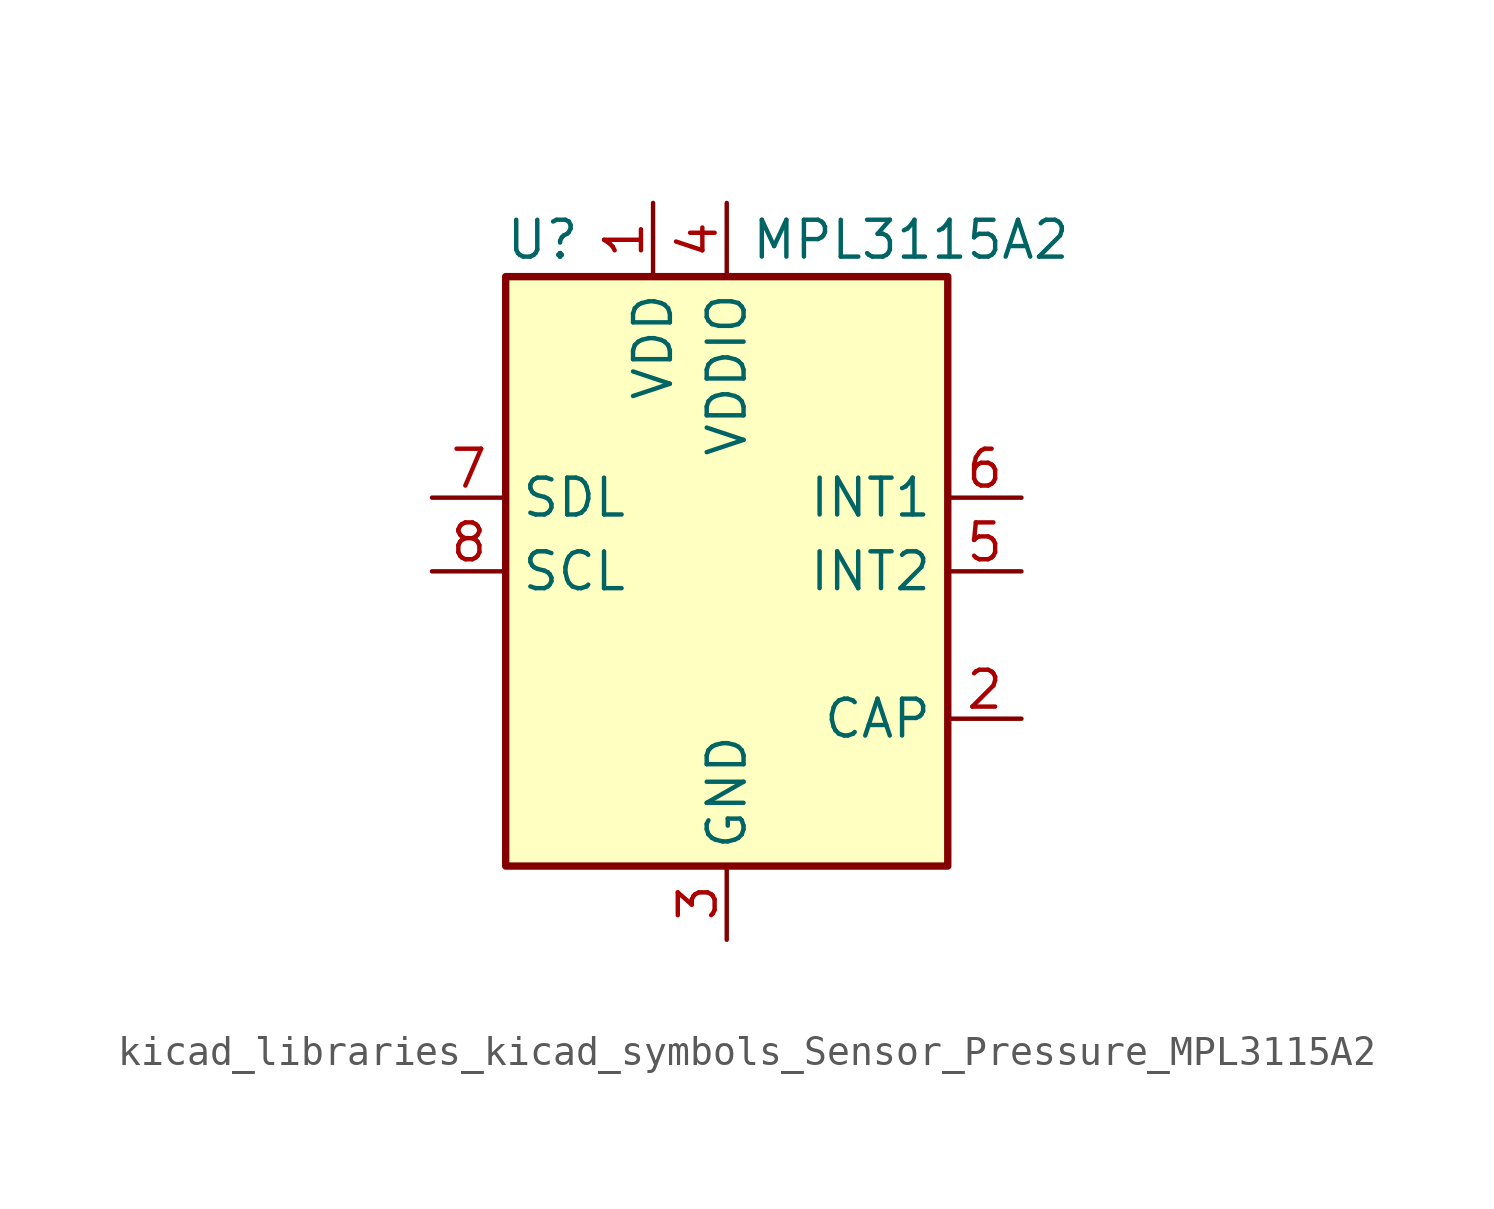
<source format=kicad_sym>
(kicad_symbol_lib
  (version 20220914)
  (generator kicad_symbol_editor)
  (symbol "kicad_libraries_kicad_symbols_Sensor_Pressure_MPL3115A2"
    (property "Reference" "U"
      (at -6.35 11.43 0)
      (effects (font (size 1.27 1.27))))
    (property "Value" "MPL3115A2"
      (at 6.35 11.43 0)
      (effects (font (size 1.27 1.27))))
    (symbol "kicad_libraries_kicad_symbols_Sensor_Pressure_MPL3115A2_0_1"
      (rectangle (start 7.62 10.16) (end -7.62 -10.16) (stroke (width 0.254) (type default)) (fill (type background))))
    (symbol "kicad_libraries_kicad_symbols_Sensor_Pressure_MPL3115A2_1_1"
      (pin power_in line (at -2.54 12.7 270) (length 2.54) (name "VDD" (effects (font (size 1.27 1.27)))) (number "1" (effects (font (size 1.27 1.27)))))
      (pin passive line (at 10.16 -5.08 180) (length 2.54) (name "CAP" (effects (font (size 1.27 1.27)))) (number "2" (effects (font (size 1.27 1.27)))))
      (pin power_in line (at 0 -12.7 90) (length 2.54) (name "GND" (effects (font (size 1.27 1.27)))) (number "3" (effects (font (size 1.27 1.27)))))
      (pin power_in line (at 0 12.7 270) (length 2.54) (name "VDDIO" (effects (font (size 1.27 1.27)))) (number "4" (effects (font (size 1.27 1.27)))))
      (pin open_collector line (at 10.16 0 180) (length 2.54) (name "INT2" (effects (font (size 1.27 1.27)))) (number "5" (effects (font (size 1.27 1.27)))))
      (pin open_collector line (at 10.16 2.54 180) (length 2.54) (name "INT1" (effects (font (size 1.27 1.27)))) (number "6" (effects (font (size 1.27 1.27)))))
      (pin bidirectional line (at -10.16 2.54 0) (length 2.54) (name "SDL" (effects (font (size 1.27 1.27)))) (number "7" (effects (font (size 1.27 1.27)))))
      (pin input line (at -10.16 0 0) (length 2.54) (name "SCL" (effects (font (size 1.27 1.27)))) (number "8" (effects (font (size 1.27 1.27))))))))
</source>
